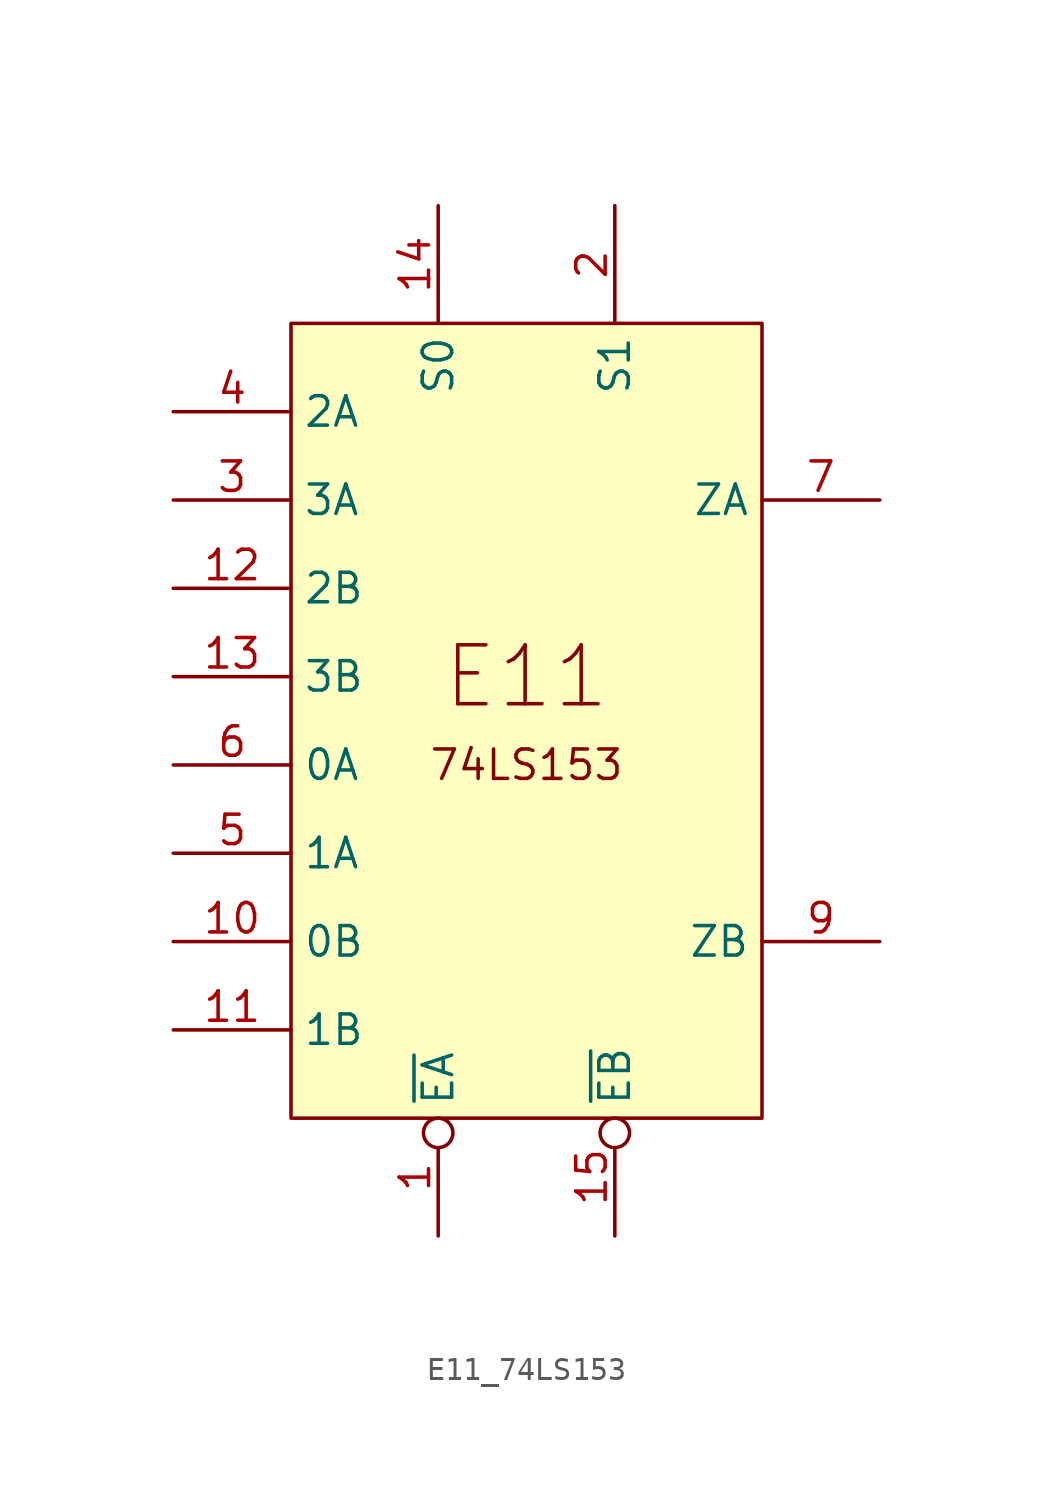
<source format=kicad_sym>
(kicad_symbol_lib
  (version 20211014)
  (generator kicad_symbol_editor)
  (symbol "E11_74LS153"
    (property "Reference" "U"
      (at -33.655 24.765 0)
      (effects (font (size 1.27 1.27)) hide))
    (symbol "E11_74LS153_1_0"
      (pin input inverted (at 6.35 -39.37 90) (length 5.08) (name "~{EA}" (effects (font (size 1.27 1.27)))) (number "1" (effects (font (size 1.27 1.27)))))
      (pin input line (at -5.08 -26.67 0) (length 5.08) (name "0B" (effects (font (size 1.27 1.27)))) (number "10" (effects (font (size 1.27 1.27)))))
      (pin input line (at -5.08 -30.48 0) (length 5.08) (name "1B" (effects (font (size 1.27 1.27)))) (number "11" (effects (font (size 1.27 1.27)))))
      (pin input line (at -5.08 -11.43 0) (length 5.08) (name "2B" (effects (font (size 1.27 1.27)))) (number "12" (effects (font (size 1.27 1.27)))))
      (pin input line (at -5.08 -15.24 0) (length 5.08) (name "3B" (effects (font (size 1.27 1.27)))) (number "13" (effects (font (size 1.27 1.27)))))
      (pin input line (at 6.35 5.08 270) (length 5.08) (name "S0" (effects (font (size 1.27 1.27)))) (number "14" (effects (font (size 1.27 1.27)))))
      (pin input inverted (at 13.97 -39.37 90) (length 5.08) (name "~{EB}" (effects (font (size 1.27 1.27)))) (number "15" (effects (font (size 1.27 1.27)))))
      (pin input line (at 13.97 5.08 270) (length 5.08) (name "S1" (effects (font (size 1.27 1.27)))) (number "2" (effects (font (size 1.27 1.27)))))
      (pin input line (at -5.08 -7.62 0) (length 5.08) (name "3A" (effects (font (size 1.27 1.27)))) (number "3" (effects (font (size 1.27 1.27)))))
      (pin input line (at -5.08 -3.81 0) (length 5.08) (name "2A" (effects (font (size 1.27 1.27)))) (number "4" (effects (font (size 1.27 1.27)))))
      (pin input line (at -5.08 -22.86 0) (length 5.08) (name "1A" (effects (font (size 1.27 1.27)))) (number "5" (effects (font (size 1.27 1.27)))))
      (pin input line (at -5.08 -19.05 0) (length 5.08) (name "0A" (effects (font (size 1.27 1.27)))) (number "6" (effects (font (size 1.27 1.27)))))
      (pin output line (at 25.4 -7.62 180) (length 5.08) (name "ZA" (effects (font (size 1.27 1.27)))) (number "7" (effects (font (size 1.27 1.27)))))
      (pin output line (at 25.4 -26.67 180) (length 5.08) (name "ZB" (effects (font (size 1.27 1.27)))) (number "9" (effects (font (size 1.27 1.27))))))
    (symbol "E11_74LS153_1_1"
      (rectangle (start 0 0) (end 20.32 -34.29) (stroke (width 0) (type default) (color 0 0 0 0)) (fill (type background)))
      (text "74LS153" (at 10.16 -19.05 0) (effects (font (size 1.27 1.27))))
      (text "E11" (at 10.16 -15.24 0) (effects (font (size 2.54 2.54)))))))
</source>
